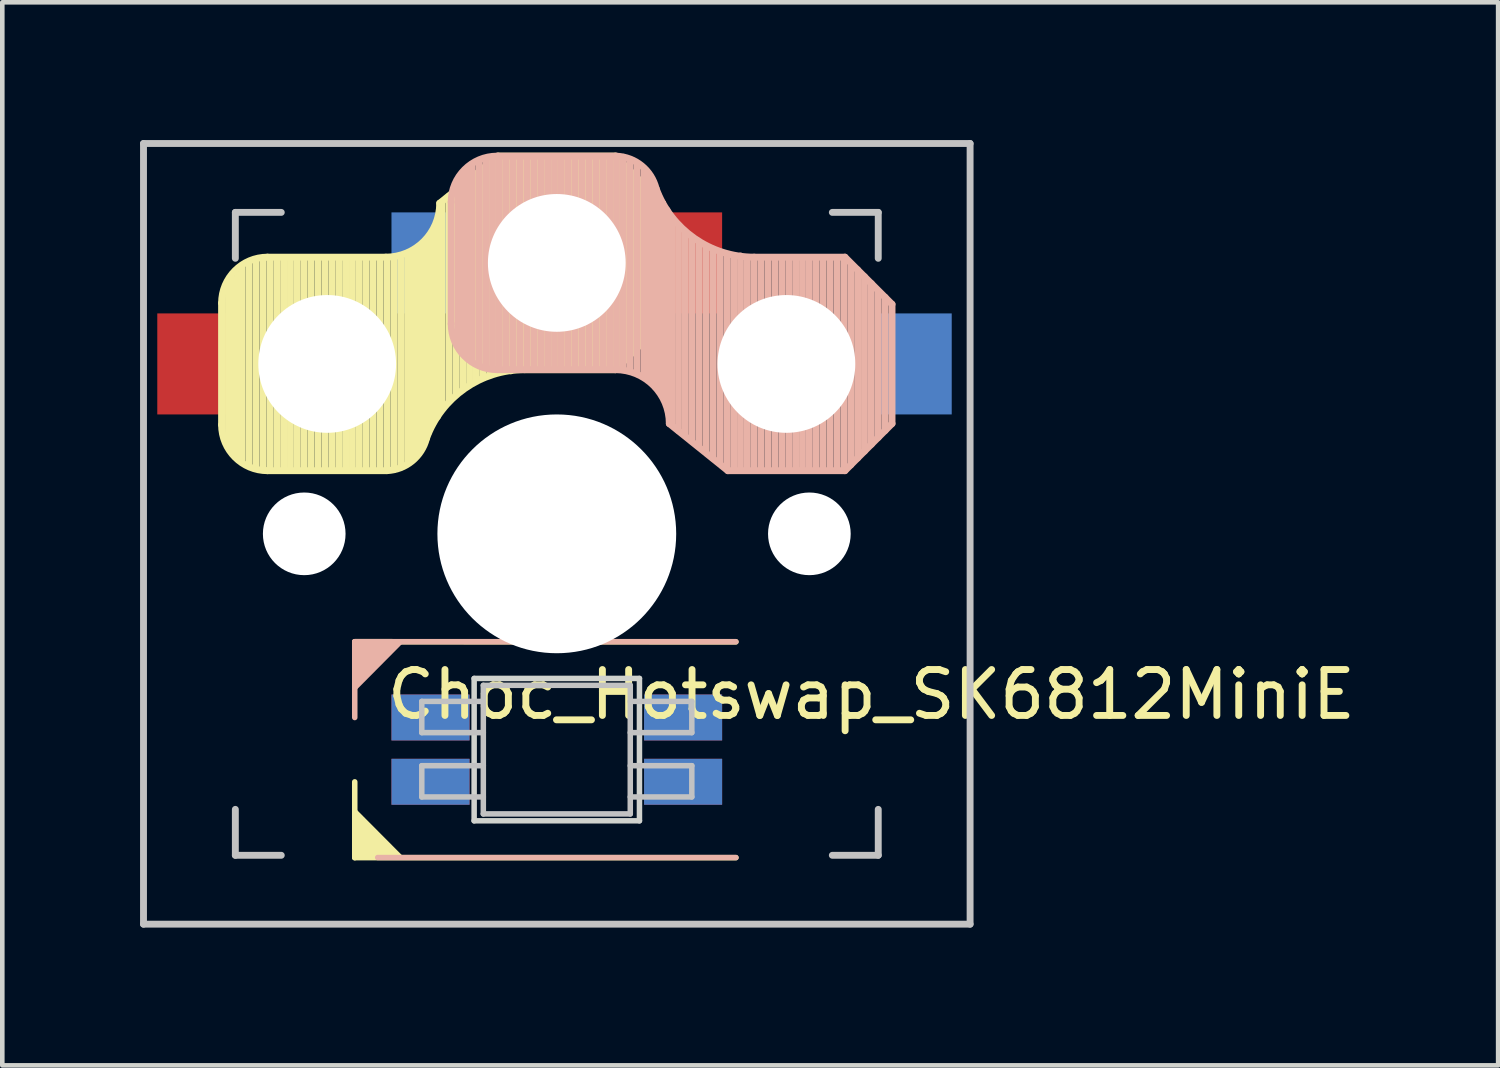
<source format=kicad_pcb>
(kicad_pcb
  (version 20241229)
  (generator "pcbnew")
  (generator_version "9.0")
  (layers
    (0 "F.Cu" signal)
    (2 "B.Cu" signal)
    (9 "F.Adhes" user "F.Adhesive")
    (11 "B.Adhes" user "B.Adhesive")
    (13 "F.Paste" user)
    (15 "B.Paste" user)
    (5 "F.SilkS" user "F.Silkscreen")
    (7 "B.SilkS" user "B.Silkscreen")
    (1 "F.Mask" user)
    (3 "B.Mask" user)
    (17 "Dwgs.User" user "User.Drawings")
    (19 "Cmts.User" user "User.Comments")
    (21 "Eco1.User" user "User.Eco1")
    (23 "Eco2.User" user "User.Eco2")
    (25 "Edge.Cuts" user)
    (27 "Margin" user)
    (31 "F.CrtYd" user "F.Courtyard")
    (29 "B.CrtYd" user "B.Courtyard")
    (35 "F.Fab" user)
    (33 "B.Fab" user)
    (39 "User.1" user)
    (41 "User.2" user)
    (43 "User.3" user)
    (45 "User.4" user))
  (footprint "Choc_Hotswap_SK6812MiniE"
    (layer "F.Cu")
    (at 9.075 8.575)
    (property "Reference" "Choc_Hotswap_SK6812MiniE" (at 6.85 3.5 180) (layer "F.SilkS") (effects (font (size 1 1) (thickness 0.15))))
    (attr through_hole)
    (fp_line (start -7.3 -5.025) (end -7.3 -2.375) (stroke (width 0.15) (type solid)) (layer "F.SilkS"))
    (fp_line (start -7.15 -1.95) (end -7.15 -5.5) (stroke (width 0.15) (type solid)) (layer "F.SilkS"))
    (fp_line (start -7.05 -1.8) (end -7.05 -5.55) (stroke (width 0.15) (type solid)) (layer "F.SilkS"))
    (fp_line (start -6.95 -1.7) (end -6.95 -5.65) (stroke (width 0.15) (type solid)) (layer "F.SilkS"))
    (fp_line (start -6.85 -1.6) (end -6.85 -5.8) (stroke (width 0.15) (type solid)) (layer "F.SilkS"))
    (fp_line (start -6.7 -1.5) (end -6.7 -5.9) (stroke (width 0.15) (type solid)) (layer "F.SilkS"))
    (fp_line (start -6.55 -1.45) (end -6.55 -5.95) (stroke (width 0.15) (type solid)) (layer "F.SilkS"))
    (fp_line (start -6.4 -1.4) (end -6.4 -5.95) (stroke (width 0.15) (type solid)) (layer "F.SilkS"))
    (fp_line (start -6.3 -6.025) (end -3.725 -6.025) (stroke (width 0.15) (type solid)) (layer "F.SilkS"))
    (fp_line (start -6.3 -1.375) (end -3.7 -1.375) (stroke (width 0.15) (type solid)) (layer "F.SilkS"))
    (fp_line (start -6.25 -1.4) (end -6.25 -6) (stroke (width 0.15) (type solid)) (layer "F.SilkS"))
    (fp_line (start -6.1 -1.4) (end -6.1 -6) (stroke (width 0.15) (type solid)) (layer "F.SilkS"))
    (fp_line (start -5.95 -1.4) (end -5.95 -6) (stroke (width 0.15) (type solid)) (layer "F.SilkS"))
    (fp_line (start -5.8 -1.4) (end -5.8 -6) (stroke (width 0.15) (type solid)) (layer "F.SilkS"))
    (fp_line (start -5.65 -1.4) (end -5.65 -6) (stroke (width 0.15) (type solid)) (layer "F.SilkS"))
    (fp_line (start -5.5 -1.4) (end -5.5 -6) (stroke (width 0.15) (type solid)) (layer "F.SilkS"))
    (fp_line (start -5.35 -1.4) (end -5.35 -6) (stroke (width 0.15) (type solid)) (layer "F.SilkS"))
    (fp_line (start -5.2 -1.4) (end -5.2 -6) (stroke (width 0.15) (type solid)) (layer "F.SilkS"))
    (fp_line (start -5.05 -1.4) (end -5.05 -6) (stroke (width 0.15) (type solid)) (layer "F.SilkS"))
    (fp_line (start -4.9 -1.4) (end -4.9 -6) (stroke (width 0.15) (type solid)) (layer "F.SilkS"))
    (fp_line (start -4.75 -1.4) (end -4.75 -6) (stroke (width 0.15) (type solid)) (layer "F.SilkS"))
    (fp_line (start -4.6 -1.4) (end -4.6 -6) (stroke (width 0.15) (type solid)) (layer "F.SilkS"))
    (fp_line (start -4.45 -1.4) (end -4.45 -6) (stroke (width 0.15) (type solid)) (layer "F.SilkS"))
    (fp_line (start -4.4 2.349) (end 3.9 2.352) (stroke (width 0.12) (type solid)) (layer "F.SilkS"))
    (fp_line (start -4.4 7.052) (end -4.4 5.401) (stroke (width 0.12) (type solid)) (layer "F.SilkS"))
    (fp_line (start -4.3 -1.4) (end -4.3 -6) (stroke (width 0.15) (type solid)) (layer "F.SilkS"))
    (fp_line (start -4.15 -1.4) (end -4.15 -6) (stroke (width 0.15) (type solid)) (layer "F.SilkS"))
    (fp_line (start -4 -1.4) (end -4 -6) (stroke (width 0.15) (type solid)) (layer "F.SilkS"))
    (fp_line (start -3.85 -1.4) (end -3.85 -5.95) (stroke (width 0.15) (type solid)) (layer "F.SilkS"))
    (fp_line (start -3.7 -1.4) (end -3.7 -6) (stroke (width 0.15) (type solid)) (layer "F.SilkS"))
    (fp_line (start -3.55 -1.4) (end -3.55 -6) (stroke (width 0.15) (type solid)) (layer "F.SilkS"))
    (fp_line (start -3.4 -1.45) (end -3.4 -6) (stroke (width 0.15) (type solid)) (layer "F.SilkS"))
    (fp_line (start -3.25 -1.55) (end -3.25 -6.1) (stroke (width 0.15) (type solid)) (layer "F.SilkS"))
    (fp_line (start -3.1 -1.65) (end -3.1 -6.15) (stroke (width 0.15) (type solid)) (layer "F.SilkS"))
    (fp_line (start -3 -1.8) (end -3 -6.2) (stroke (width 0.15) (type solid)) (layer "F.SilkS"))
    (fp_line (start -2.9 -2.05) (end -2.9 -6.25) (stroke (width 0.15) (type solid)) (layer "F.SilkS"))
    (fp_line (start -2.8 -2.2) (end -2.8 -6.35) (stroke (width 0.15) (type solid)) (layer "F.SilkS"))
    (fp_line (start -2.7 -2.4) (end -2.7 -6.55) (stroke (width 0.15) (type solid)) (layer "F.SilkS"))
    (fp_line (start -2.6 -2.55) (end -2.6 -6.7) (stroke (width 0.15) (type solid)) (layer "F.SilkS"))
    (fp_line (start -2.5 -2.75) (end -2.5 -7.2) (stroke (width 0.15) (type solid)) (layer "F.SilkS"))
    (fp_line (start -2.35 -2.9) (end -2.35 -7.35) (stroke (width 0.15) (type solid)) (layer "F.SilkS"))
    (fp_line (start -2.2 -3.05) (end -2.2 -7.45) (stroke (width 0.15) (type solid)) (layer "F.SilkS"))
    (fp_line (start -2.05 -3.15) (end -2.05 -7.55) (stroke (width 0.15) (type solid)) (layer "F.SilkS"))
    (fp_line (start -1.9 -3.25) (end -1.9 -7.7) (stroke (width 0.15) (type solid)) (layer "F.SilkS"))
    (fp_line (start -1.75 -3.35) (end -1.75 -7.8) (stroke (width 0.15) (type solid)) (layer "F.SilkS"))
    (fp_line (start -1.6 -3.4) (end -1.6 -7.95) (stroke (width 0.15) (type solid)) (layer "F.SilkS"))
    (fp_line (start -1.45 -3.5) (end -1.45 -8.05) (stroke (width 0.15) (type solid)) (layer "F.SilkS"))
    (fp_line (start -1.3 -3.55) (end -1.3 -8.15) (stroke (width 0.15) (type solid)) (layer "F.SilkS"))
    (fp_line (start -1.275 -8.225) (end -2.55 -7.2) (stroke (width 0.15) (type solid)) (layer "F.SilkS"))
    (fp_line (start -1.275 -8.225) (end 1.275 -8.225) (stroke (width 0.15) (type solid)) (layer "F.SilkS"))
    (fp_line (start -1.15 -3.55) (end -1.15 -8.2) (stroke (width 0.15) (type solid)) (layer "F.SilkS"))
    (fp_line (start -1 -3.55) (end -1 -8.2) (stroke (width 0.15) (type solid)) (layer "F.SilkS"))
    (fp_line (start -0.85 -3.6) (end -0.85 -8.15) (stroke (width 0.15) (type solid)) (layer "F.SilkS"))
    (fp_line (start -0.7 -3.6) (end -0.7 -8.2) (stroke (width 0.15) (type solid)) (layer "F.SilkS"))
    (fp_line (start -0.7 -3.575) (end 1.275 -3.575) (stroke (width 0.15) (type solid)) (layer "F.SilkS"))
    (fp_line (start -0.55 -3.6) (end -0.55 -8.2) (stroke (width 0.15) (type solid)) (layer "F.SilkS"))
    (fp_line (start -0.4 -3.6) (end -0.4 -8.2) (stroke (width 0.15) (type solid)) (layer "F.SilkS"))
    (fp_line (start -0.25 -3.6) (end -0.25 -8.2) (stroke (width 0.15) (type solid)) (layer "F.SilkS"))
    (fp_line (start -0.1 -3.6) (end -0.1 -8.2) (stroke (width 0.15) (type solid)) (layer "F.SilkS"))
    (fp_line (start 0.05 -3.6) (end 0.05 -8.2) (stroke (width 0.15) (type solid)) (layer "F.SilkS"))
    (fp_line (start 0.2 -3.6) (end 0.2 -8.2) (stroke (width 0.15) (type solid)) (layer "F.SilkS"))
    (fp_line (start 0.35 -3.6) (end 0.35 -8.2) (stroke (width 0.15) (type solid)) (layer "F.SilkS"))
    (fp_line (start 0.5 -3.6) (end 0.5 -8.2) (stroke (width 0.15) (type solid)) (layer "F.SilkS"))
    (fp_line (start 0.65 -3.6) (end 0.65 -8.2) (stroke (width 0.15) (type solid)) (layer "F.SilkS"))
    (fp_line (start 0.8 -3.6) (end 0.8 -8.2) (stroke (width 0.15) (type solid)) (layer "F.SilkS"))
    (fp_line (start 0.95 -3.6) (end 0.95 -8.2) (stroke (width 0.15) (type solid)) (layer "F.SilkS"))
    (fp_line (start 1.1 -3.6) (end 1.1 -8.2) (stroke (width 0.15) (type solid)) (layer "F.SilkS"))
    (fp_line (start 1.25 -3.6) (end 1.25 -8.2) (stroke (width 0.15) (type solid)) (layer "F.SilkS"))
    (fp_line (start 1.4 -3.75) (end 1.4 -8.1) (stroke (width 0.15) (type solid)) (layer "F.SilkS"))
    (fp_line (start 1.55 -3.85) (end 1.55 -7.95) (stroke (width 0.15) (type solid)) (layer "F.SilkS"))
    (fp_line (start 1.7 -4) (end 1.7 -7.8) (stroke (width 0.15) (type solid)) (layer "F.SilkS"))
    (fp_line (start 1.85 -4.15) (end 1.85 -7.65) (stroke (width 0.15) (type solid)) (layer "F.SilkS"))
    (fp_line (start 2 -4.35) (end 2 -7.5) (stroke (width 0.15) (type solid)) (layer "F.SilkS"))
    (fp_line (start 2.15 -4.45) (end 2.15 -7.35) (stroke (width 0.15) (type solid)) (layer "F.SilkS"))
    (fp_line (start 2.3 -7.2) (end 1.275 -8.225) (stroke (width 0.15) (type solid)) (layer "F.SilkS"))
    (fp_line (start 2.3 -7.2) (end 2.3 -4.6) (stroke (width 0.15) (type solid)) (layer "F.SilkS"))
    (fp_line (start 2.3 -4.6) (end 1.275 -3.575) (stroke (width 0.15) (type solid)) (layer "F.SilkS"))
    (fp_line (start 3.9 7.052) (end -4.4 7.052) (stroke (width 0.12) (type solid)) (layer "F.SilkS"))
    (fp_arc (start -7.3 -5.025) (mid -7.007107 -5.732107) (end -6.3 -6.025) (stroke (width 0.15) (type solid)) (layer "F.SilkS"))
    (fp_arc (start -6.3 -1.375) (mid -7.007107 -1.667893) (end -7.3 -2.375) (stroke (width 0.15) (type solid)) (layer "F.SilkS"))
    (fp_arc (start -2.837801 -2.078096) (mid -3.151716 -1.583979) (end -3.699005 -1.376209) (stroke (width 0.15) (type solid)) (layer "F.SilkS"))
    (fp_arc (start -2.837801 -2.078096) (mid -2.004887 -3.163571) (end -0.7 -3.575) (stroke (width 0.15) (type solid)) (layer "F.SilkS"))
    (fp_arc (start -2.55 -7.2) (mid -2.89415 -6.36915) (end -3.725 -6.025) (stroke (width 0.15) (type solid)) (layer "F.SilkS"))
    (fp_poly (pts (xy -3.392 7.049) (xy -4.4 7.052) (xy -4.4 6.036)) (stroke (width 0.1) (type solid)) (fill yes) (layer "F.SilkS"))
    (fp_line (start -4.4 2.349) (end -4.4 4) (stroke (width 0.12) (type solid)) (layer "B.SilkS"))
    (fp_line (start -3.9 7.049) (end 3.9 7.049) (stroke (width 0.12) (type solid)) (layer "B.SilkS"))
    (fp_line (start -2.3 -4.575) (end -2.3 -7.225) (stroke (width 0.15) (type solid)) (layer "B.SilkS"))
    (fp_line (start -2.15 -7.65) (end -2.15 -4.1) (stroke (width 0.15) (type solid)) (layer "B.SilkS"))
    (fp_line (start -2.05 -7.8) (end -2.05 -4.05) (stroke (width 0.15) (type solid)) (layer "B.SilkS"))
    (fp_line (start -1.95 -7.9) (end -1.95 -3.95) (stroke (width 0.15) (type solid)) (layer "B.SilkS"))
    (fp_line (start -1.85 -8) (end -1.85 -3.8) (stroke (width 0.15) (type solid)) (layer "B.SilkS"))
    (fp_line (start -1.7 -8.1) (end -1.7 -3.7) (stroke (width 0.15) (type solid)) (layer "B.SilkS"))
    (fp_line (start -1.55 -8.15) (end -1.55 -3.65) (stroke (width 0.15) (type solid)) (layer "B.SilkS"))
    (fp_line (start -1.4 -8.2) (end -1.4 -3.65) (stroke (width 0.15) (type solid)) (layer "B.SilkS"))
    (fp_line (start -1.3 -8.225) (end 1.3 -8.225) (stroke (width 0.15) (type solid)) (layer "B.SilkS"))
    (fp_line (start -1.3 -3.575) (end 1.275 -3.575) (stroke (width 0.15) (type solid)) (layer "B.SilkS"))
    (fp_line (start -1.25 -8.2) (end -1.25 -3.6) (stroke (width 0.15) (type solid)) (layer "B.SilkS"))
    (fp_line (start -1.1 -8.2) (end -1.1 -3.6) (stroke (width 0.15) (type solid)) (layer "B.SilkS"))
    (fp_line (start -0.95 -8.2) (end -0.95 -3.6) (stroke (width 0.15) (type solid)) (layer "B.SilkS"))
    (fp_line (start -0.8 -8.2) (end -0.8 -3.6) (stroke (width 0.15) (type solid)) (layer "B.SilkS"))
    (fp_line (start -0.65 -8.2) (end -0.65 -3.6) (stroke (width 0.15) (type solid)) (layer "B.SilkS"))
    (fp_line (start -0.5 -8.2) (end -0.5 -3.6) (stroke (width 0.15) (type solid)) (layer "B.SilkS"))
    (fp_line (start -0.35 -8.2) (end -0.35 -3.6) (stroke (width 0.15) (type solid)) (layer "B.SilkS"))
    (fp_line (start -0.2 -8.2) (end -0.2 -3.6) (stroke (width 0.15) (type solid)) (layer "B.SilkS"))
    (fp_line (start -0.05 -8.2) (end -0.05 -3.6) (stroke (width 0.15) (type solid)) (layer "B.SilkS"))
    (fp_line (start 0.1 -8.2) (end 0.1 -3.6) (stroke (width 0.15) (type solid)) (layer "B.SilkS"))
    (fp_line (start 0.25 -8.2) (end 0.25 -3.6) (stroke (width 0.15) (type solid)) (layer "B.SilkS"))
    (fp_line (start 0.4 -8.2) (end 0.4 -3.6) (stroke (width 0.15) (type solid)) (layer "B.SilkS"))
    (fp_line (start 0.55 -8.2) (end 0.55 -3.6) (stroke (width 0.15) (type solid)) (layer "B.SilkS"))
    (fp_line (start 0.7 -8.2) (end 0.7 -3.6) (stroke (width 0.15) (type solid)) (layer "B.SilkS"))
    (fp_line (start 0.85 -8.2) (end 0.85 -3.6) (stroke (width 0.15) (type solid)) (layer "B.SilkS"))
    (fp_line (start 1 -8.2) (end 1 -3.6) (stroke (width 0.15) (type solid)) (layer "B.SilkS"))
    (fp_line (start 1.15 -8.2) (end 1.15 -3.65) (stroke (width 0.15) (type solid)) (layer "B.SilkS"))
    (fp_line (start 1.3 -8.2) (end 1.3 -3.6) (stroke (width 0.15) (type solid)) (layer "B.SilkS"))
    (fp_line (start 1.45 -8.2) (end 1.45 -3.6) (stroke (width 0.15) (type solid)) (layer "B.SilkS"))
    (fp_line (start 1.6 -8.15) (end 1.6 -3.6) (stroke (width 0.15) (type solid)) (layer "B.SilkS"))
    (fp_line (start 1.75 -8.05) (end 1.75 -3.5) (stroke (width 0.15) (type solid)) (layer "B.SilkS"))
    (fp_line (start 1.9 -7.95) (end 1.9 -3.45) (stroke (width 0.15) (type solid)) (layer "B.SilkS"))
    (fp_line (start 2 -7.8) (end 2 -3.4) (stroke (width 0.15) (type solid)) (layer "B.SilkS"))
    (fp_line (start 2.1 -7.55) (end 2.1 -3.35) (stroke (width 0.15) (type solid)) (layer "B.SilkS"))
    (fp_line (start 2.2 -7.4) (end 2.2 -3.25) (stroke (width 0.15) (type solid)) (layer "B.SilkS"))
    (fp_line (start 2.3 -7.2) (end 2.3 -3.05) (stroke (width 0.15) (type solid)) (layer "B.SilkS"))
    (fp_line (start 2.4 -7.05) (end 2.4 -2.9) (stroke (width 0.15) (type solid)) (layer "B.SilkS"))
    (fp_line (start 2.5 -6.85) (end 2.5 -2.4) (stroke (width 0.15) (type solid)) (layer "B.SilkS"))
    (fp_line (start 2.65 -6.7) (end 2.65 -2.25) (stroke (width 0.15) (type solid)) (layer "B.SilkS"))
    (fp_line (start 2.8 -6.55) (end 2.8 -2.15) (stroke (width 0.15) (type solid)) (layer "B.SilkS"))
    (fp_line (start 2.95 -6.45) (end 2.95 -2.05) (stroke (width 0.15) (type solid)) (layer "B.SilkS"))
    (fp_line (start 3.1 -6.35) (end 3.1 -1.9) (stroke (width 0.15) (type solid)) (layer "B.SilkS"))
    (fp_line (start 3.25 -6.25) (end 3.25 -1.8) (stroke (width 0.15) (type solid)) (layer "B.SilkS"))
    (fp_line (start 3.4 -6.2) (end 3.4 -1.65) (stroke (width 0.15) (type solid)) (layer "B.SilkS"))
    (fp_line (start 3.55 -6.1) (end 3.55 -1.55) (stroke (width 0.15) (type solid)) (layer "B.SilkS"))
    (fp_line (start 3.7 -6.05) (end 3.7 -1.45) (stroke (width 0.15) (type solid)) (layer "B.SilkS"))
    (fp_line (start 3.725 -1.375) (end 2.45 -2.4) (stroke (width 0.15) (type solid)) (layer "B.SilkS"))
    (fp_line (start 3.725 -1.375) (end 6.275 -1.375) (stroke (width 0.15) (type solid)) (layer "B.SilkS"))
    (fp_line (start 3.85 -6.05) (end 3.85 -1.4) (stroke (width 0.15) (type solid)) (layer "B.SilkS"))
    (fp_line (start 3.9 2.349) (end -4.4 2.349) (stroke (width 0.12) (type solid)) (layer "B.SilkS"))
    (fp_line (start 4 -6.05) (end 4 -1.4) (stroke (width 0.15) (type solid)) (layer "B.SilkS"))
    (fp_line (start 4.15 -6) (end 4.15 -1.45) (stroke (width 0.15) (type solid)) (layer "B.SilkS"))
    (fp_line (start 4.3 -6.025) (end 6.275 -6.025) (stroke (width 0.15) (type solid)) (layer "B.SilkS"))
    (fp_line (start 4.3 -6) (end 4.3 -1.4) (stroke (width 0.15) (type solid)) (layer "B.SilkS"))
    (fp_line (start 4.45 -6) (end 4.45 -1.4) (stroke (width 0.15) (type solid)) (layer "B.SilkS"))
    (fp_line (start 4.6 -6) (end 4.6 -1.4) (stroke (width 0.15) (type solid)) (layer "B.SilkS"))
    (fp_line (start 4.75 -6) (end 4.75 -1.4) (stroke (width 0.15) (type solid)) (layer "B.SilkS"))
    (fp_line (start 4.9 -6) (end 4.9 -1.4) (stroke (width 0.15) (type solid)) (layer "B.SilkS"))
    (fp_line (start 5.05 -6) (end 5.05 -1.4) (stroke (width 0.15) (type solid)) (layer "B.SilkS"))
    (fp_line (start 5.2 -6) (end 5.2 -1.4) (stroke (width 0.15) (type solid)) (layer "B.SilkS"))
    (fp_line (start 5.35 -6) (end 5.35 -1.4) (stroke (width 0.15) (type solid)) (layer "B.SilkS"))
    (fp_line (start 5.5 -6) (end 5.5 -1.4) (stroke (width 0.15) (type solid)) (layer "B.SilkS"))
    (fp_line (start 5.65 -6) (end 5.65 -1.4) (stroke (width 0.15) (type solid)) (layer "B.SilkS"))
    (fp_line (start 5.8 -6) (end 5.8 -1.4) (stroke (width 0.15) (type solid)) (layer "B.SilkS"))
    (fp_line (start 5.95 -6) (end 5.95 -1.4) (stroke (width 0.15) (type solid)) (layer "B.SilkS"))
    (fp_line (start 6.1 -6) (end 6.1 -1.4) (stroke (width 0.15) (type solid)) (layer "B.SilkS"))
    (fp_line (start 6.25 -6) (end 6.25 -1.4) (stroke (width 0.15) (type solid)) (layer "B.SilkS"))
    (fp_line (start 6.4 -5.85) (end 6.4 -1.5) (stroke (width 0.15) (type solid)) (layer "B.SilkS"))
    (fp_line (start 6.55 -5.75) (end 6.55 -1.65) (stroke (width 0.15) (type solid)) (layer "B.SilkS"))
    (fp_line (start 6.7 -5.6) (end 6.7 -1.8) (stroke (width 0.15) (type solid)) (layer "B.SilkS"))
    (fp_line (start 6.85 -5.45) (end 6.85 -1.95) (stroke (width 0.15) (type solid)) (layer "B.SilkS"))
    (fp_line (start 7 -5.25) (end 7 -2.1) (stroke (width 0.15) (type solid)) (layer "B.SilkS"))
    (fp_line (start 7.15 -5.15) (end 7.15 -2.25) (stroke (width 0.15) (type solid)) (layer "B.SilkS"))
    (fp_line (start 7.3 -5) (end 6.275 -6.025) (stroke (width 0.15) (type solid)) (layer "B.SilkS"))
    (fp_line (start 7.3 -2.4) (end 6.275 -1.375) (stroke (width 0.15) (type solid)) (layer "B.SilkS"))
    (fp_line (start 7.3 -2.4) (end 7.3 -5) (stroke (width 0.15) (type solid)) (layer "B.SilkS"))
    (fp_arc (start -2.3 -7.225) (mid -2.007107 -7.932107) (end -1.3 -8.225) (stroke (width 0.15) (type solid)) (layer "B.SilkS"))
    (fp_arc (start -1.3 -3.575) (mid -2.007107 -3.867893) (end -2.3 -4.575) (stroke (width 0.15) (type solid)) (layer "B.SilkS"))
    (fp_arc (start 1.275 -3.575) (mid 2.10585 -3.23085) (end 2.45 -2.4) (stroke (width 0.15) (type solid)) (layer "B.SilkS"))
    (fp_arc (start 1.300995 -8.223791) (mid 1.848284 -8.016021) (end 2.162199 -7.521904) (stroke (width 0.15) (type solid)) (layer "B.SilkS"))
    (fp_arc (start 4.3 -6.025) (mid 2.995114 -6.436429) (end 2.162199 -7.521904) (stroke (width 0.15) (type solid)) (layer "B.SilkS"))
    (fp_poly (pts (xy -4.4 3.365) (xy -4.4 2.349) (xy -3.392 2.349)) (stroke (width 0.1) (type solid)) (fill yes) (layer "B.SilkS"))
    (fp_line (start -9 -8.5) (end 9 -8.5) (stroke (width 0.15) (type solid)) (layer "Dwgs.User"))
    (fp_line (start -9 8.5) (end -9 -8.5) (stroke (width 0.15) (type solid)) (layer "Dwgs.User"))
    (fp_line (start -7 -7) (end -7 -6) (stroke (width 0.15) (type solid)) (layer "Dwgs.User"))
    (fp_line (start -7 6) (end -7 7) (stroke (width 0.15) (type solid)) (layer "Dwgs.User"))
    (fp_line (start -7 7) (end -6 7) (stroke (width 0.15) (type solid)) (layer "Dwgs.User"))
    (fp_line (start -6 -7) (end -7 -7) (stroke (width 0.15) (type solid)) (layer "Dwgs.User"))
    (fp_line (start -2.94 3.649) (end -2.94 4.329) (stroke (width 0.12) (type solid)) (layer "Dwgs.User"))
    (fp_line (start -2.94 4.329) (end -1.6 4.329) (stroke (width 0.12) (type solid)) (layer "Dwgs.User"))
    (fp_line (start -2.94 5.049) (end -2.94 5.729) (stroke (width 0.12) (type solid)) (layer "Dwgs.User"))
    (fp_line (start -2.94 5.729) (end -1.6 5.729) (stroke (width 0.12) (type solid)) (layer "Dwgs.User"))
    (fp_line (start -1.6 3.299) (end -1.6 6.099) (stroke (width 0.12) (type solid)) (layer "Dwgs.User"))
    (fp_line (start -1.6 3.299) (end 1.6 3.299) (stroke (width 0.12) (type solid)) (layer "Dwgs.User"))
    (fp_line (start -1.6 3.649) (end -2.94 3.649) (stroke (width 0.12) (type solid)) (layer "Dwgs.User"))
    (fp_line (start -1.6 5.049) (end -2.94 5.049) (stroke (width 0.12) (type solid)) (layer "Dwgs.User"))
    (fp_line (start -1.6 6.099) (end 1.6 6.099) (stroke (width 0.12) (type solid)) (layer "Dwgs.User"))
    (fp_line (start 1.6 3.299) (end 1.6 6.099) (stroke (width 0.12) (type solid)) (layer "Dwgs.User"))
    (fp_line (start 1.6 4.329) (end 2.94 4.329) (stroke (width 0.12) (type solid)) (layer "Dwgs.User"))
    (fp_line (start 1.6 5.729) (end 2.94 5.729) (stroke (width 0.12) (type solid)) (layer "Dwgs.User"))
    (fp_line (start 2.94 3.649) (end 1.6 3.649) (stroke (width 0.12) (type solid)) (layer "Dwgs.User"))
    (fp_line (start 2.94 4.329) (end 2.94 3.649) (stroke (width 0.12) (type solid)) (layer "Dwgs.User"))
    (fp_line (start 2.94 5.049) (end 1.6 5.049) (stroke (width 0.12) (type solid)) (layer "Dwgs.User"))
    (fp_line (start 2.94 5.729) (end 2.94 5.049) (stroke (width 0.12) (type solid)) (layer "Dwgs.User"))
    (fp_line (start 6 -7) (end 7 -7) (stroke (width 0.15) (type solid)) (layer "Dwgs.User"))
    (fp_line (start 7 -7) (end 7 -6) (stroke (width 0.15) (type solid)) (layer "Dwgs.User"))
    (fp_line (start 7 6) (end 7 7) (stroke (width 0.15) (type solid)) (layer "Dwgs.User"))
    (fp_line (start 7 7) (end 6 7) (stroke (width 0.15) (type solid)) (layer "Dwgs.User"))
    (fp_line (start 9 -8.5) (end 9 8.5) (stroke (width 0.15) (type solid)) (layer "Dwgs.User"))
    (fp_line (start 9 8.5) (end -9 8.5) (stroke (width 0.15) (type solid)) (layer "Dwgs.User"))
    (fp_line (start -1.8 3.149) (end -1.8 6.249) (stroke (width 0.12) (type solid)) (layer "Edge.Cuts"))
    (fp_line (start -1.8 6.249) (end 1.8 6.249) (stroke (width 0.12) (type solid)) (layer "Edge.Cuts"))
    (fp_line (start 1.8 3.149) (end -1.8 3.149) (stroke (width 0.12) (type solid)) (layer "Edge.Cuts"))
    (fp_line (start 1.8 6.249) (end 1.8 3.149) (stroke (width 0.12) (type solid)) (layer "Edge.Cuts"))
    (pad "" np_thru_hole circle (at -5.5 0 270) (size 1.8 1.8) (drill 1.8) (layers "*.Cu" "*.Mask"))
    (pad "" np_thru_hole circle (at -5 -3.7 90) (size 3 3) (drill 3) (layers "*.Cu" "*.Mask"))
    (pad "" np_thru_hole circle (at 0 -5.9 270) (size 3 3) (drill 3) (layers "*.Cu" "*.Mask"))
    (pad "" np_thru_hole circle (at 0 0 270) (size 5.2 5.2) (drill 5.2) (layers "*.Cu" "*.Mask"))
    (pad "" np_thru_hole circle (at 5 -3.7 270) (size 3 3) (drill 3) (layers "*.Cu" "*.Mask"))
    (pad "" np_thru_hole circle (at 5.5 0 270) (size 1.8 1.8) (drill 1.8) (layers "*.Cu" "*.Mask"))
    (pad "1" smd rect (at 2.75 3.999) (size 1.7 1) (layers "F.Cu" "F.Mask" "F.Paste"))
    (pad "1" smd rect (at 2.75 5.399) (size 1.7 1) (layers "B.Cu" "B.Mask" "B.Paste"))
    (pad "2" smd rect (at 2.75 3.999) (size 1.7 1) (layers "B.Cu" "B.Mask" "B.Paste"))
    (pad "2" smd rect (at 2.75 5.399) (size 1.7 1) (layers "F.Cu" "F.Mask" "F.Paste"))
    (pad "3" smd rect (at -2.75 3.999) (size 1.7 1) (layers "B.Cu" "B.Mask" "B.Paste"))
    (pad "3" smd rect (at -2.75 5.399) (size 1.7 1) (layers "F.Cu" "F.Mask" "F.Paste"))
    (pad "4" smd rect (at -2.75 3.999) (size 1.7 1) (layers "F.Cu" "F.Mask" "F.Paste"))
    (pad "4" smd rect (at -2.75 5.399) (size 1.7 1) (layers "B.Cu" "B.Mask" "B.Paste"))
    (pad "5" smd rect (at -2.8 -5.9) (size 1.6 2.2) (layers "B.Cu" "B.Mask" "B.Paste"))
    (pad "5" smd rect (at 2.8 -5.9) (size 1.6 2.2) (layers "F.Cu" "F.Mask" "F.Paste"))
    (pad "6" smd rect (at -7.9 -3.7) (size 1.6 2.2) (layers "F.Cu" "F.Mask" "F.Paste"))
    (pad "6" smd rect (at 7.8 -3.7) (size 1.6 2.2) (layers "B.Cu" "B.Mask" "B.Paste")))
  (gr_rect
    (start -3 -3)
    (end 29.574 20.15)
    (stroke (width 0.1) (type default))
    (fill no)
    (layer "Edge.Cuts")))
</source>
